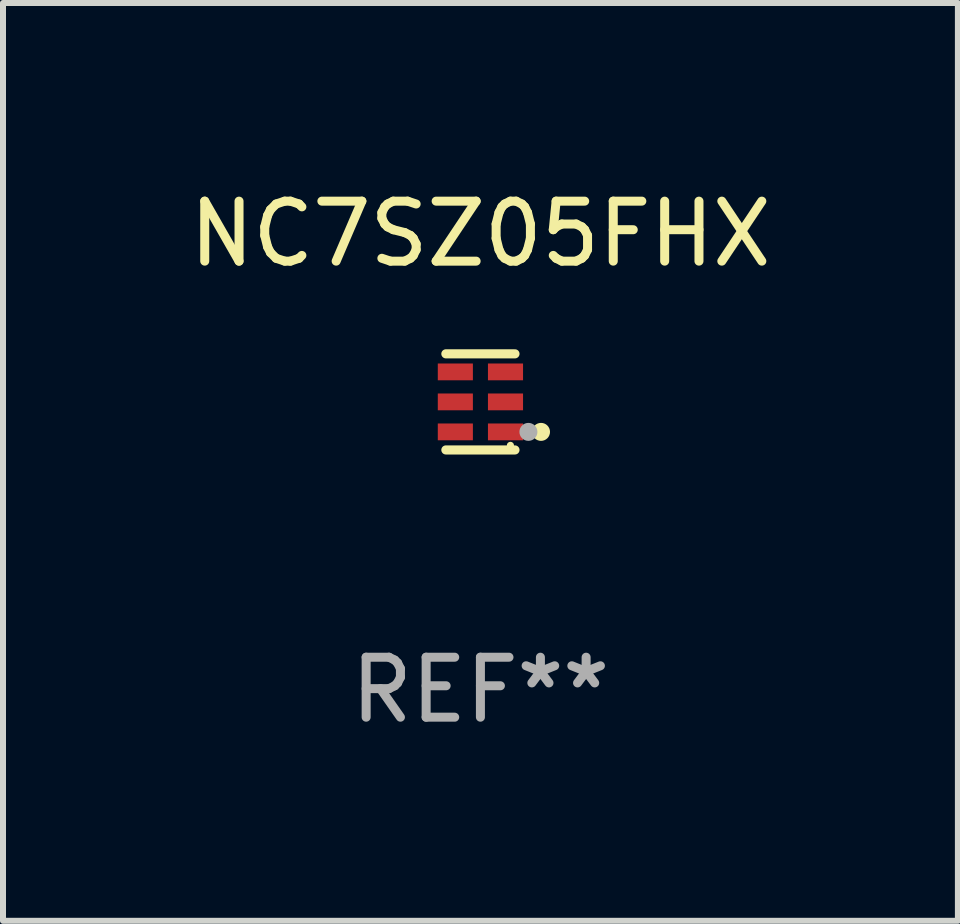
<source format=kicad_pcb>
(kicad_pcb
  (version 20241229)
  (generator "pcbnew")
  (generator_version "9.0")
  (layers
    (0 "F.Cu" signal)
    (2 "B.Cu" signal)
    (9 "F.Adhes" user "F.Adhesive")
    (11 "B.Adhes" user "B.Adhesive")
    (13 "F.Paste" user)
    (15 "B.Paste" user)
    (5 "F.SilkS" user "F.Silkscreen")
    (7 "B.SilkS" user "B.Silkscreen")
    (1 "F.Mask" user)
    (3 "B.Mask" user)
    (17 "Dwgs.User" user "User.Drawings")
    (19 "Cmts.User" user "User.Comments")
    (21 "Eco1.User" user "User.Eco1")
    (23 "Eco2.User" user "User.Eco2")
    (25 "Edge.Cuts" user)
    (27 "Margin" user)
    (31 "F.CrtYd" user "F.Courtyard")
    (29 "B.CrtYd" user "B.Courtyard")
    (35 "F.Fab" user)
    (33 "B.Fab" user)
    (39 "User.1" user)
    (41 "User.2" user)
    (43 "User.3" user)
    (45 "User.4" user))
  (footprint "NC7SZ05FHX"
    (layer "F.Cu")
    (at 4.958 3.649)
    (property "Reference" "NC7SZ05FHX" (at 0 -2.801 0) (layer "F.SilkS") (effects (font (size 1 1) (thickness 0.15))))
    (attr through_hole)
    (fp_line (start 0.576 -0.801) (end -0.576 -0.801) (stroke (width 0.152) (type solid)) (layer "F.SilkS"))
    (fp_line (start 0.576 0.801) (end -0.576 0.801) (stroke (width 0.152) (type solid)) (layer "F.SilkS"))
    (fp_circle (center 0.5 0.725) (end 0.53 0.725) (stroke (width 0.06) (type solid)) (fill no) (layer "F.SilkS"))
    (fp_circle (center 1.01 0.5) (end 1.085 0.5) (stroke (width 0.15) (type solid)) (fill no) (layer "F.SilkS"))
    (fp_circle (center 0.8 0.5) (end 0.875 0.5) (stroke (width 0.15) (type solid)) (fill no) (layer "F.Fab"))
    (fp_text user "REF**" (at 0 4.801 0) (layer "F.Fab") (effects (font (size 1 1) (thickness 0.15))))
    (pad "1" smd rect (at 0.418 0.5 90) (size 0.28 0.585) (layers "F.Cu" "F.Mask" "F.Paste"))
    (pad "2" smd rect (at 0.418 0 90) (size 0.28 0.585) (layers "F.Cu" "F.Mask" "F.Paste"))
    (pad "3" smd rect (at 0.418 -0.5 90) (size 0.28 0.585) (layers "F.Cu" "F.Mask" "F.Paste"))
    (pad "4" smd rect (at -0.418 -0.5 90) (size 0.28 0.585) (layers "F.Cu" "F.Mask" "F.Paste"))
    (pad "5" smd rect (at -0.418 0 90) (size 0.28 0.585) (layers "F.Cu" "F.Mask" "F.Paste"))
    (pad "6" smd rect (at -0.418 0.5 90) (size 0.28 0.585) (layers "F.Cu" "F.Mask" "F.Paste")))
  (gr_rect
    (start -3 -3)
    (end 12.917 12.299)
    (stroke (width 0.1) (type default))
    (fill no)
    (layer "Edge.Cuts")))
</source>
